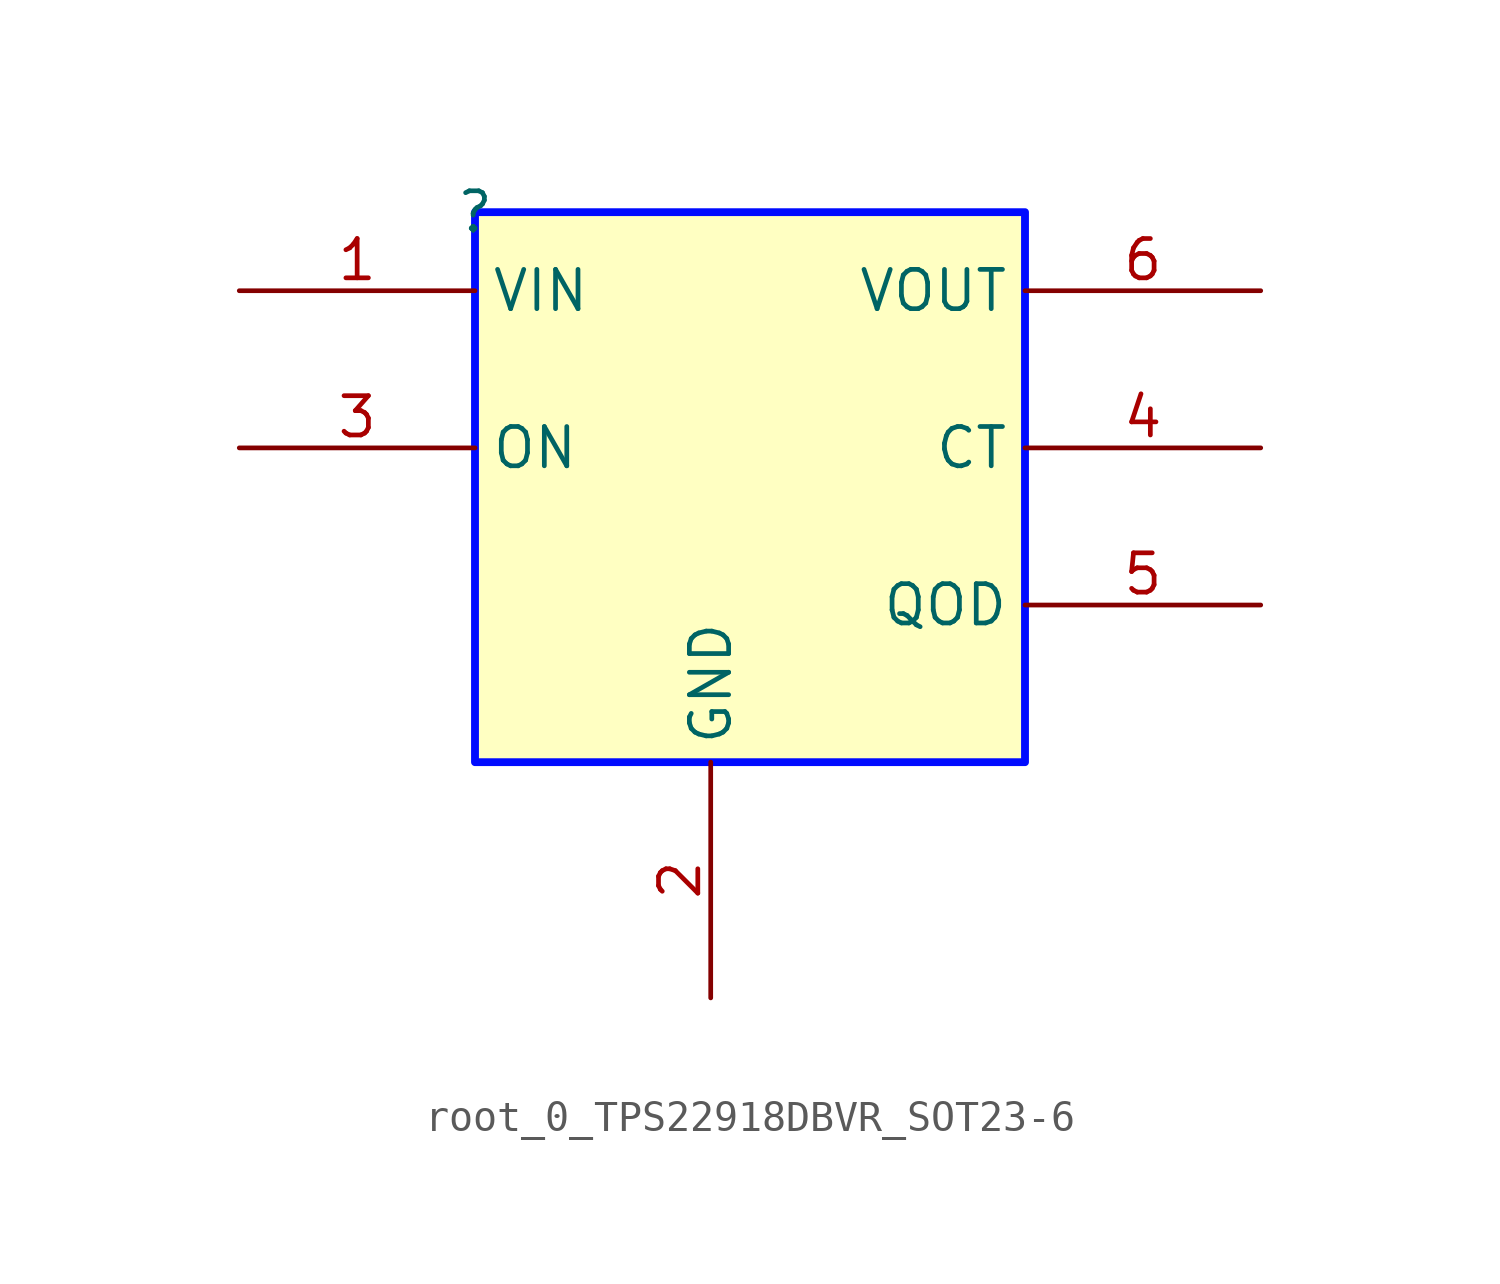
<source format=kicad_sym>
(kicad_symbol_lib
  (version 20231120)
  (generator "kicad_symbol_editor")
  (generator_version "8.0")
  (symbol "root_0_TPS22918DBVR_SOT23-6"
    (property "Reference" ""
      (at 0 0 0)
      (effects (font (size 1.27 1.27))))
    (property "Value" ""
      (at 0 0 0)
      (effects (font (size 1.27 1.27))))
    (symbol "root_0_TPS22918DBVR_SOT23-6_1_0"
      (rectangle (start 17.78 0) (end 0 -17.78) (stroke (width 0.254) (type solid) (color 0 11 255 1)) (fill (type background)))
      (pin input line (at -7.62 -2.54 0) (length 7.62) (name "VIN" (effects (font (size 1.27 1.27)))) (number "1" (effects (font (size 1.27 1.27)))))
      (pin power_in line (at 7.62 -25.4 90) (length 7.62) (name "GND" (effects (font (size 1.27 1.27)))) (number "2" (effects (font (size 1.27 1.27)))))
      (pin input line (at -7.62 -7.62 0) (length 7.62) (name "ON" (effects (font (size 1.27 1.27)))) (number "3" (effects (font (size 1.27 1.27)))))
      (pin output line (at 25.4 -7.62 180) (length 7.62) (name "CT" (effects (font (size 1.27 1.27)))) (number "4" (effects (font (size 1.27 1.27)))))
      (pin output line (at 25.4 -12.7 180) (length 7.62) (name "QOD" (effects (font (size 1.27 1.27)))) (number "5" (effects (font (size 1.27 1.27)))))
      (pin output line (at 25.4 -2.54 180) (length 7.62) (name "VOUT" (effects (font (size 1.27 1.27)))) (number "6" (effects (font (size 1.27 1.27))))))))
</source>
